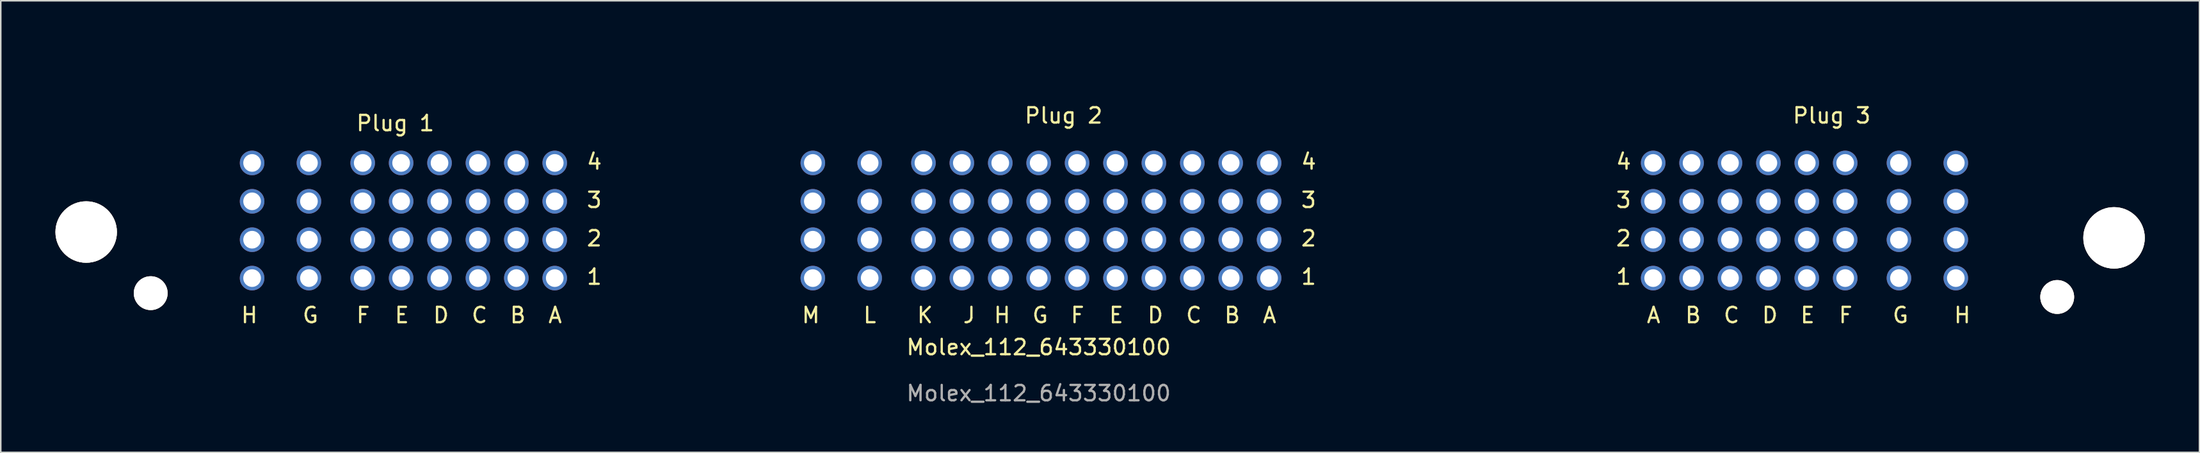
<source format=kicad_pcb>
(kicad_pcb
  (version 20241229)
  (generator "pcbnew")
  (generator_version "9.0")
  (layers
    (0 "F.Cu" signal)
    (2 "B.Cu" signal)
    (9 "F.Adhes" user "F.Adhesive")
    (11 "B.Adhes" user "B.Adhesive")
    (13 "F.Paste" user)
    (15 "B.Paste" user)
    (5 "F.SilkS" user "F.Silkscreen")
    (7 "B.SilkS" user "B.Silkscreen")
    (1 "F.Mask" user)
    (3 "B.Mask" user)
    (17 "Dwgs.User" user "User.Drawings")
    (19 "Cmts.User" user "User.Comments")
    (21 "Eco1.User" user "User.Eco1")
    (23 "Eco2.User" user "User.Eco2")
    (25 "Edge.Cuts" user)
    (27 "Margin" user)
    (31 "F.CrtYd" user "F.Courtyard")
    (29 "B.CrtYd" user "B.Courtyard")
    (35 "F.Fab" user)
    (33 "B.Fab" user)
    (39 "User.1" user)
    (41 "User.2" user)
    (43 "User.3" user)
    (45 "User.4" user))
  (footprint "Molex_112_643330100"
    (layer "F.Cu")
    (at 64.56 20.06)
    (property "Reference" "Molex_112_643330100" (at 0 -0.5 0) (unlocked yes) (layer "F.SilkS") (effects (font (size 1 1) (thickness 0.15))))
    (attr through_hole)
    (fp_line (start -64.5 -20) (end 72.5 -20) (stroke (width 0.12) (type default)) (layer "User.2"))
    (fp_text user "E" (at -42 -2 0) (unlocked yes) (layer "F.SilkS") (effects (font (size 1 1) (thickness 0.15)) (justify left bottom)))
    (fp_text user "2" (at -29.5 -7 0) (unlocked yes) (layer "F.SilkS") (effects (font (size 1 1) (thickness 0.15)) (justify left bottom)))
    (fp_text user "G" (at 55.5 -2 0) (unlocked yes) (layer "F.SilkS") (effects (font (size 1 1) (thickness 0.15)) (justify left bottom)))
    (fp_text user "G" (at -48 -2 0) (unlocked yes) (layer "F.SilkS") (effects (font (size 1 1) (thickness 0.15)) (justify left bottom)))
    (fp_text user "J" (at -5 -2 0) (unlocked yes) (layer "F.SilkS") (effects (font (size 1 1) (thickness 0.15)) (justify left bottom)))
    (fp_text user "D" (at 7 -2 0) (unlocked yes) (layer "F.SilkS") (effects (font (size 1 1) (thickness 0.15)) (justify left bottom)))
    (fp_text user "L" (at -11.5 -2 0) (unlocked yes) (layer "F.SilkS") (effects (font (size 1 1) (thickness 0.15)) (justify left bottom)))
    (fp_text user "A" (at 14.5 -2 0) (unlocked yes) (layer "F.SilkS") (effects (font (size 1 1) (thickness 0.15)) (justify left bottom)))
    (fp_text user "E" (at 49.5 -2 0) (unlocked yes) (layer "F.SilkS") (effects (font (size 1 1) (thickness 0.15)) (justify left bottom)))
    (fp_text user "1" (at 37.5 -4.5 0) (unlocked yes) (layer "F.SilkS") (effects (font (size 1 1) (thickness 0.15)) (justify left bottom)))
    (fp_text user "Plug 2" (at -1 -15 0) (unlocked yes) (layer "F.SilkS") (effects (font (size 1 1) (thickness 0.15)) (justify left bottom)))
    (fp_text user "A" (at -32 -2 0) (unlocked yes) (layer "F.SilkS") (effects (font (size 1 1) (thickness 0.15)) (justify left bottom)))
    (fp_text user "E" (at 4.5 -2 0) (unlocked yes) (layer "F.SilkS") (effects (font (size 1 1) (thickness 0.15)) (justify left bottom)))
    (fp_text user "H" (at -3 -2 0) (unlocked yes) (layer "F.SilkS") (effects (font (size 1 1) (thickness 0.15)) (justify left bottom)))
    (fp_text user "M" (at -15.5 -2 0) (unlocked yes) (layer "F.SilkS") (effects (font (size 1 1) (thickness 0.15)) (justify left bottom)))
    (fp_text user "D" (at -39.5 -2 0) (unlocked yes) (layer "F.SilkS") (effects (font (size 1 1) (thickness 0.15)) (justify left bottom)))
    (fp_text user "Plug 3" (at 49 -15 0) (unlocked yes) (layer "F.SilkS") (effects (font (size 1 1) (thickness 0.15)) (justify left bottom)))
    (fp_text user "Plug 1" (at -44.5 -14.5 0) (unlocked yes) (layer "F.SilkS") (effects (font (size 1 1) (thickness 0.15)) (justify left bottom)))
    (fp_text user "B" (at 12 -2 0) (unlocked yes) (layer "F.SilkS") (effects (font (size 1 1) (thickness 0.15)) (justify left bottom)))
    (fp_text user "4" (at -29.5 -12 0) (unlocked yes) (layer "F.SilkS") (effects (font (size 1 1) (thickness 0.15)) (justify left bottom)))
    (fp_text user "F" (at -44.5 -2 0) (unlocked yes) (layer "F.SilkS") (effects (font (size 1 1) (thickness 0.15)) (justify left bottom)))
    (fp_text user "C" (at 44.5 -2 0) (unlocked yes) (layer "F.SilkS") (effects (font (size 1 1) (thickness 0.15)) (justify left bottom)))
    (fp_text user "4" (at 17 -12 0) (unlocked yes) (layer "F.SilkS") (effects (font (size 1 1) (thickness 0.15)) (justify left bottom)))
    (fp_text user "F" (at 2 -2 0) (unlocked yes) (layer "F.SilkS") (effects (font (size 1 1) (thickness 0.15)) (justify left bottom)))
    (fp_text user "A" (at 39.5 -2 0) (unlocked yes) (layer "F.SilkS") (effects (font (size 1 1) (thickness 0.15)) (justify left bottom)))
    (fp_text user "2" (at 17 -7 0) (unlocked yes) (layer "F.SilkS") (effects (font (size 1 1) (thickness 0.15)) (justify left bottom)))
    (fp_text user "K" (at -8 -2 0) (unlocked yes) (layer "F.SilkS") (effects (font (size 1 1) (thickness 0.15)) (justify left bottom)))
    (fp_text user "3" (at 17 -9.5 0) (unlocked yes) (layer "F.SilkS") (effects (font (size 1 1) (thickness 0.15)) (justify left bottom)))
    (fp_text user "1" (at 17 -4.5 0) (unlocked yes) (layer "F.SilkS") (effects (font (size 1 1) (thickness 0.15)) (justify left bottom)))
    (fp_text user "C" (at 9.5 -2 0) (unlocked yes) (layer "F.SilkS") (effects (font (size 1 1) (thickness 0.15)) (justify left bottom)))
    (fp_text user "C" (at -37 -2 0) (unlocked yes) (layer "F.SilkS") (effects (font (size 1 1) (thickness 0.15)) (justify left bottom)))
    (fp_text user "1" (at -29.5 -4.5 0) (unlocked yes) (layer "F.SilkS") (effects (font (size 1 1) (thickness 0.15)) (justify left bottom)))
    (fp_text user "H" (at 59.5 -2 0) (unlocked yes) (layer "F.SilkS") (effects (font (size 1 1) (thickness 0.15)) (justify left bottom)))
    (fp_text user "2" (at 37.5 -7 0) (unlocked yes) (layer "F.SilkS") (effects (font (size 1 1) (thickness 0.15)) (justify left bottom)))
    (fp_text user "G" (at -0.5 -2 0) (unlocked yes) (layer "F.SilkS") (effects (font (size 1 1) (thickness 0.15)) (justify left bottom)))
    (fp_text user "3" (at -29.5 -9.5 0) (unlocked yes) (layer "F.SilkS") (effects (font (size 1 1) (thickness 0.15)) (justify left bottom)))
    (fp_text user "F" (at 52 -2 0) (unlocked yes) (layer "F.SilkS") (effects (font (size 1 1) (thickness 0.15)) (justify left bottom)))
    (fp_text user "H" (at -52 -2 0) (unlocked yes) (layer "F.SilkS") (effects (font (size 1 1) (thickness 0.15)) (justify left bottom)))
    (fp_text user "4" (at 37.5 -12 0) (unlocked yes) (layer "F.SilkS") (effects (font (size 1 1) (thickness 0.15)) (justify left bottom)))
    (fp_text user "3" (at 37.5 -9.5 0) (unlocked yes) (layer "F.SilkS") (effects (font (size 1 1) (thickness 0.15)) (justify left bottom)))
    (fp_text user "B" (at -34.5 -2 0) (unlocked yes) (layer "F.SilkS") (effects (font (size 1 1) (thickness 0.15)) (justify left bottom)))
    (fp_text user "D" (at 47 -2 0) (unlocked yes) (layer "F.SilkS") (effects (font (size 1 1) (thickness 0.15)) (justify left bottom)))
    (fp_text user "B" (at 42 -2 0) (unlocked yes) (layer "F.SilkS") (effects (font (size 1 1) (thickness 0.15)) (justify left bottom)))
    (fp_text user "${REFERENCE}" (at 0 2.5 0) (unlocked yes) (layer "F.Fab") (effects (font (size 1 1) (thickness 0.15))))
    (pad "" thru_hole circle (at -62 -8 270) (size 4 4) (drill 4) (layers "*.Cu" "*.Mask" "F.SilkS"))
    (pad "" thru_hole circle (at -57.8 -4.02 270) (size 2.2 2.2) (drill 2.2) (layers "*.Cu" "*.Mask" "F.SilkS"))
    (pad "" thru_hole circle (at 66.3 -3.77 270) (size 2.2 2.2) (drill 2.2) (layers "*.Cu" "*.Mask" "F.SilkS"))
    (pad "" thru_hole circle (at 70 -7.62 270) (size 4 4) (drill 4) (layers "*.Cu" "*.Mask" "F.SilkS"))
    (pad "1" thru_hole circle (at -31.5 -5 270) (size 1.6 1.6) (drill 1.15) (layers "*.Cu" "*.Mask"))
    (pad "2" thru_hole circle (at -31.5 -7.5 270) (size 1.6 1.6) (drill 1.15) (layers "*.Cu" "*.Mask"))
    (pad "3" thru_hole circle (at -31.5 -10 270) (size 1.6 1.6) (drill 1.15) (layers "*.Cu" "*.Mask"))
    (pad "4" thru_hole circle (at -31.5 -12.5 270) (size 1.6 1.6) (drill 1.15) (layers "*.Cu" "*.Mask"))
    (pad "5" thru_hole circle (at -34 -5 270) (size 1.6 1.6) (drill 1.15) (layers "*.Cu" "*.Mask"))
    (pad "6" thru_hole circle (at -34 -7.5 270) (size 1.6 1.6) (drill 1.15) (layers "*.Cu" "*.Mask"))
    (pad "7" thru_hole circle (at -34 -10 270) (size 1.6 1.6) (drill 1.15) (layers "*.Cu" "*.Mask"))
    (pad "8" thru_hole circle (at -34 -12.5 270) (size 1.6 1.6) (drill 1.15) (layers "*.Cu" "*.Mask"))
    (pad "9" thru_hole circle (at -36.5 -5 270) (size 1.6 1.6) (drill 1.15) (layers "*.Cu" "*.Mask"))
    (pad "10" thru_hole circle (at -36.5 -7.5 270) (size 1.6 1.6) (drill 1.15) (layers "*.Cu" "*.Mask"))
    (pad "11" thru_hole circle (at -36.5 -10 270) (size 1.6 1.6) (drill 1.15) (layers "*.Cu" "*.Mask"))
    (pad "12" thru_hole circle (at -36.5 -12.5 270) (size 1.6 1.6) (drill 1.15) (layers "*.Cu" "*.Mask"))
    (pad "13" thru_hole circle (at -39 -5 270) (size 1.6 1.6) (drill 1.15) (layers "*.Cu" "*.Mask"))
    (pad "14" thru_hole circle (at -39 -7.5 270) (size 1.6 1.6) (drill 1.15) (layers "*.Cu" "*.Mask"))
    (pad "15" thru_hole circle (at -39 -10 270) (size 1.6 1.6) (drill 1.15) (layers "*.Cu" "*.Mask"))
    (pad "16" thru_hole circle (at -39 -12.5 270) (size 1.6 1.6) (drill 1.15) (layers "*.Cu" "*.Mask"))
    (pad "17" thru_hole circle (at -41.5 -5 270) (size 1.6 1.6) (drill 1.15) (layers "*.Cu" "*.Mask"))
    (pad "18" thru_hole circle (at -41.5 -7.5 270) (size 1.6 1.6) (drill 1.15) (layers "*.Cu" "*.Mask"))
    (pad "19" thru_hole circle (at -41.5 -10 270) (size 1.6 1.6) (drill 1.15) (layers "*.Cu" "*.Mask"))
    (pad "20" thru_hole circle (at -41.5 -12.5 270) (size 1.6 1.6) (drill 1.15) (layers "*.Cu" "*.Mask"))
    (pad "21" thru_hole circle (at -44 -5 270) (size 1.6 1.6) (drill 1.15) (layers "*.Cu" "*.Mask"))
    (pad "22" thru_hole circle (at -44 -7.5 270) (size 1.6 1.6) (drill 1.15) (layers "*.Cu" "*.Mask"))
    (pad "23" thru_hole circle (at -44 -10 270) (size 1.6 1.6) (drill 1.15) (layers "*.Cu" "*.Mask"))
    (pad "24" thru_hole circle (at -44 -12.5 270) (size 1.6 1.6) (drill 1.15) (layers "*.Cu" "*.Mask"))
    (pad "25" thru_hole circle (at -47.5 -5 270) (size 1.6 1.6) (drill 1.15) (layers "*.Cu" "*.Mask"))
    (pad "26" thru_hole circle (at -47.5 -7.5 270) (size 1.6 1.6) (drill 1.15) (layers "*.Cu" "*.Mask"))
    (pad "27" thru_hole circle (at -47.5 -10 270) (size 1.6 1.6) (drill 1.15) (layers "*.Cu" "*.Mask"))
    (pad "28" thru_hole circle (at -47.5 -12.5 270) (size 1.6 1.6) (drill 1.15) (layers "*.Cu" "*.Mask"))
    (pad "29" thru_hole circle (at -51.2 -5 270) (size 1.6 1.6) (drill 1.15) (layers "*.Cu" "*.Mask"))
    (pad "30" thru_hole circle (at -51.2 -7.5 270) (size 1.6 1.6) (drill 1.15) (layers "*.Cu" "*.Mask"))
    (pad "31" thru_hole circle (at -51.2 -10 270) (size 1.6 1.6) (drill 1.15) (layers "*.Cu" "*.Mask"))
    (pad "32" thru_hole circle (at -51.2 -12.5 270) (size 1.6 1.6) (drill 1.15) (layers "*.Cu" "*.Mask"))
    (pad "33" thru_hole circle (at 15 -5 270) (size 1.6 1.6) (drill 1.15) (layers "*.Cu" "*.Mask"))
    (pad "34" thru_hole circle (at 15 -7.5 270) (size 1.6 1.6) (drill 1.15) (layers "*.Cu" "*.Mask"))
    (pad "35" thru_hole circle (at 15 -10 270) (size 1.6 1.6) (drill 1.15) (layers "*.Cu" "*.Mask"))
    (pad "36" thru_hole circle (at 15 -12.5 270) (size 1.6 1.6) (drill 1.15) (layers "*.Cu" "*.Mask"))
    (pad "37" thru_hole circle (at 12.5 -5 270) (size 1.6 1.6) (drill 1.15) (layers "*.Cu" "*.Mask"))
    (pad "38" thru_hole circle (at 12.5 -7.5 270) (size 1.6 1.6) (drill 1.15) (layers "*.Cu" "*.Mask"))
    (pad "39" thru_hole circle (at 12.5 -10 270) (size 1.6 1.6) (drill 1.15) (layers "*.Cu" "*.Mask"))
    (pad "40" thru_hole circle (at 12.5 -12.5 270) (size 1.6 1.6) (drill 1.15) (layers "*.Cu" "*.Mask"))
    (pad "41" thru_hole circle (at 10 -5 270) (size 1.6 1.6) (drill 1.15) (layers "*.Cu" "*.Mask"))
    (pad "42" thru_hole circle (at 10 -7.5 270) (size 1.6 1.6) (drill 1.15) (layers "*.Cu" "*.Mask"))
    (pad "43" thru_hole circle (at 10 -10 270) (size 1.6 1.6) (drill 1.15) (layers "*.Cu" "*.Mask"))
    (pad "44" thru_hole circle (at 10 -12.5 270) (size 1.6 1.6) (drill 1.15) (layers "*.Cu" "*.Mask"))
    (pad "45" thru_hole circle (at 7.5 -5 270) (size 1.6 1.6) (drill 1.15) (layers "*.Cu" "*.Mask"))
    (pad "46" thru_hole circle (at 7.5 -7.5 270) (size 1.6 1.6) (drill 1.15) (layers "*.Cu" "*.Mask"))
    (pad "47" thru_hole circle (at 7.5 -10 270) (size 1.6 1.6) (drill 1.15) (layers "*.Cu" "*.Mask"))
    (pad "48" thru_hole circle (at 7.5 -12.5 270) (size 1.6 1.6) (drill 1.15) (layers "*.Cu" "*.Mask"))
    (pad "49" thru_hole circle (at 5 -5 270) (size 1.6 1.6) (drill 1.15) (layers "*.Cu" "*.Mask"))
    (pad "50" thru_hole circle (at 5 -7.5 270) (size 1.6 1.6) (drill 1.15) (layers "*.Cu" "*.Mask"))
    (pad "51" thru_hole circle (at 5 -10 270) (size 1.6 1.6) (drill 1.15) (layers "*.Cu" "*.Mask"))
    (pad "52" thru_hole circle (at 5 -12.5 270) (size 1.6 1.6) (drill 1.15) (layers "*.Cu" "*.Mask"))
    (pad "53" thru_hole circle (at 2.5 -5 270) (size 1.6 1.6) (drill 1.15) (layers "*.Cu" "*.Mask"))
    (pad "54" thru_hole circle (at 2.5 -7.5 270) (size 1.6 1.6) (drill 1.15) (layers "*.Cu" "*.Mask"))
    (pad "55" thru_hole circle (at 2.5 -10 270) (size 1.6 1.6) (drill 1.15) (layers "*.Cu" "*.Mask"))
    (pad "56" thru_hole circle (at 2.5 -12.5 270) (size 1.6 1.6) (drill 1.15) (layers "*.Cu" "*.Mask"))
    (pad "57" thru_hole circle (at 0 -5 270) (size 1.6 1.6) (drill 1.15) (layers "*.Cu" "*.Mask"))
    (pad "58" thru_hole circle (at 0 -7.5 270) (size 1.6 1.6) (drill 1.15) (layers "*.Cu" "*.Mask"))
    (pad "59" thru_hole circle (at 0 -10 270) (size 1.6 1.6) (drill 1.15) (layers "*.Cu" "*.Mask"))
    (pad "60" thru_hole circle (at 0 -12.5 270) (size 1.6 1.6) (drill 1.15) (layers "*.Cu" "*.Mask"))
    (pad "61" thru_hole circle (at -2.5 -5 270) (size 1.6 1.6) (drill 1.15) (layers "*.Cu" "*.Mask"))
    (pad "62" thru_hole circle (at -2.5 -7.5 270) (size 1.6 1.6) (drill 1.15) (layers "*.Cu" "*.Mask"))
    (pad "63" thru_hole circle (at -2.5 -10 270) (size 1.6 1.6) (drill 1.15) (layers "*.Cu" "*.Mask"))
    (pad "64" thru_hole circle (at -2.5 -12.5 270) (size 1.6 1.6) (drill 1.15) (layers "*.Cu" "*.Mask"))
    (pad "65" thru_hole circle (at -5 -5 270) (size 1.6 1.6) (drill 1.15) (layers "*.Cu" "*.Mask"))
    (pad "66" thru_hole circle (at -5 -7.5 270) (size 1.6 1.6) (drill 1.15) (layers "*.Cu" "*.Mask"))
    (pad "67" thru_hole circle (at -5 -10 270) (size 1.6 1.6) (drill 1.15) (layers "*.Cu" "*.Mask"))
    (pad "68" thru_hole circle (at -5 -12.5 270) (size 1.6 1.6) (drill 1.15) (layers "*.Cu" "*.Mask"))
    (pad "69" thru_hole circle (at -7.5 -5 270) (size 1.6 1.6) (drill 1.15) (layers "*.Cu" "*.Mask"))
    (pad "70" thru_hole circle (at -7.5 -7.5 270) (size 1.6 1.6) (drill 1.15) (layers "*.Cu" "*.Mask"))
    (pad "71" thru_hole circle (at -7.5 -10 270) (size 1.6 1.6) (drill 1.15) (layers "*.Cu" "*.Mask"))
    (pad "72" thru_hole circle (at -7.5 -12.5 270) (size 1.6 1.6) (drill 1.15) (layers "*.Cu" "*.Mask"))
    (pad "73" thru_hole circle (at -11 -5 270) (size 1.6 1.6) (drill 1.15) (layers "*.Cu" "*.Mask"))
    (pad "74" thru_hole circle (at -11 -7.5 270) (size 1.6 1.6) (drill 1.15) (layers "*.Cu" "*.Mask"))
    (pad "75" thru_hole circle (at -11 -10 270) (size 1.6 1.6) (drill 1.15) (layers "*.Cu" "*.Mask"))
    (pad "76" thru_hole circle (at -11 -12.5 270) (size 1.6 1.6) (drill 1.15) (layers "*.Cu" "*.Mask"))
    (pad "77" thru_hole circle (at -14.7 -5 270) (size 1.6 1.6) (drill 1.15) (layers "*.Cu" "*.Mask"))
    (pad "78" thru_hole circle (at -14.7 -7.5 270) (size 1.6 1.6) (drill 1.15) (layers "*.Cu" "*.Mask"))
    (pad "79" thru_hole circle (at -14.7 -10 270) (size 1.6 1.6) (drill 1.15) (layers "*.Cu" "*.Mask"))
    (pad "80" thru_hole circle (at -14.7 -12.5 270) (size 1.6 1.6) (drill 1.15) (layers "*.Cu" "*.Mask"))
    (pad "81" thru_hole circle (at 40 -5 90) (size 1.6 1.6) (drill 1.15) (layers "*.Cu" "*.Mask"))
    (pad "82" thru_hole circle (at 40 -7.5 90) (size 1.6 1.6) (drill 1.15) (layers "*.Cu" "*.Mask"))
    (pad "83" thru_hole circle (at 40 -10 90) (size 1.6 1.6) (drill 1.15) (layers "*.Cu" "*.Mask"))
    (pad "84" thru_hole circle (at 40 -12.5 90) (size 1.6 1.6) (drill 1.15) (layers "*.Cu" "*.Mask"))
    (pad "85" thru_hole circle (at 42.5 -5 90) (size 1.6 1.6) (drill 1.15) (layers "*.Cu" "*.Mask"))
    (pad "86" thru_hole circle (at 42.5 -7.5 90) (size 1.6 1.6) (drill 1.15) (layers "*.Cu" "*.Mask"))
    (pad "87" thru_hole circle (at 42.5 -10 90) (size 1.6 1.6) (drill 1.15) (layers "*.Cu" "*.Mask"))
    (pad "88" thru_hole circle (at 42.5 -12.5 90) (size 1.6 1.6) (drill 1.15) (layers "*.Cu" "*.Mask"))
    (pad "89" thru_hole circle (at 45 -5 90) (size 1.6 1.6) (drill 1.15) (layers "*.Cu" "*.Mask"))
    (pad "90" thru_hole circle (at 45 -7.5 90) (size 1.6 1.6) (drill 1.15) (layers "*.Cu" "*.Mask"))
    (pad "91" thru_hole circle (at 45 -10 90) (size 1.6 1.6) (drill 1.15) (layers "*.Cu" "*.Mask"))
    (pad "92" thru_hole circle (at 45 -12.5 90) (size 1.6 1.6) (drill 1.15) (layers "*.Cu" "*.Mask"))
    (pad "93" thru_hole circle (at 47.5 -5 90) (size 1.6 1.6) (drill 1.15) (layers "*.Cu" "*.Mask"))
    (pad "94" thru_hole circle (at 47.5 -7.5 90) (size 1.6 1.6) (drill 1.15) (layers "*.Cu" "*.Mask"))
    (pad "95" thru_hole circle (at 47.5 -10 90) (size 1.6 1.6) (drill 1.15) (layers "*.Cu" "*.Mask"))
    (pad "96" thru_hole circle (at 47.5 -12.5 90) (size 1.6 1.6) (drill 1.15) (layers "*.Cu" "*.Mask"))
    (pad "97" thru_hole circle (at 50 -5 90) (size 1.6 1.6) (drill 1.15) (layers "*.Cu" "*.Mask"))
    (pad "98" thru_hole circle (at 50 -7.5 90) (size 1.6 1.6) (drill 1.15) (layers "*.Cu" "*.Mask"))
    (pad "99" thru_hole circle (at 50 -10 90) (size 1.6 1.6) (drill 1.15) (layers "*.Cu" "*.Mask"))
    (pad "100" thru_hole circle (at 50 -12.5 90) (size 1.6 1.6) (drill 1.15) (layers "*.Cu" "*.Mask"))
    (pad "101" thru_hole circle (at 52.5 -5 90) (size 1.6 1.6) (drill 1.15) (layers "*.Cu" "*.Mask"))
    (pad "102" thru_hole circle (at 52.5 -7.5 90) (size 1.6 1.6) (drill 1.15) (layers "*.Cu" "*.Mask"))
    (pad "103" thru_hole circle (at 52.5 -10 90) (size 1.6 1.6) (drill 1.15) (layers "*.Cu" "*.Mask"))
    (pad "104" thru_hole circle (at 52.5 -12.5 90) (size 1.6 1.6) (drill 1.15) (layers "*.Cu" "*.Mask"))
    (pad "105" thru_hole circle (at 56 -5 90) (size 1.6 1.6) (drill 1.15) (layers "*.Cu" "*.Mask"))
    (pad "106" thru_hole circle (at 56 -7.5 90) (size 1.6 1.6) (drill 1.15) (layers "*.Cu" "*.Mask"))
    (pad "107" thru_hole circle (at 56 -10 90) (size 1.6 1.6) (drill 1.15) (layers "*.Cu" "*.Mask"))
    (pad "108" thru_hole circle (at 56 -12.5 90) (size 1.6 1.6) (drill 1.15) (layers "*.Cu" "*.Mask"))
    (pad "109" thru_hole circle (at 59.7 -5 90) (size 1.6 1.6) (drill 1.15) (layers "*.Cu" "*.Mask"))
    (pad "110" thru_hole circle (at 59.7 -7.5 90) (size 1.6 1.6) (drill 1.15) (layers "*.Cu" "*.Mask"))
    (pad "111" thru_hole circle (at 59.7 -10 90) (size 1.6 1.6) (drill 1.15) (layers "*.Cu" "*.Mask"))
    (pad "112" thru_hole circle (at 59.7 -12.5 90) (size 1.6 1.6) (drill 1.15) (layers "*.Cu" "*.Mask")))
  (gr_rect
    (start -3 -3)
    (end 140.12 26.408)
    (stroke (width 0.1) (type default))
    (fill no)
    (layer "Edge.Cuts")))
</source>
